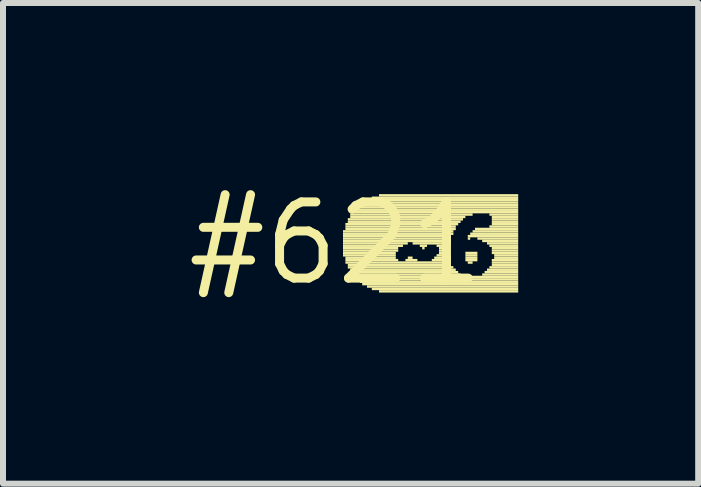
<source format=kicad_pcb>
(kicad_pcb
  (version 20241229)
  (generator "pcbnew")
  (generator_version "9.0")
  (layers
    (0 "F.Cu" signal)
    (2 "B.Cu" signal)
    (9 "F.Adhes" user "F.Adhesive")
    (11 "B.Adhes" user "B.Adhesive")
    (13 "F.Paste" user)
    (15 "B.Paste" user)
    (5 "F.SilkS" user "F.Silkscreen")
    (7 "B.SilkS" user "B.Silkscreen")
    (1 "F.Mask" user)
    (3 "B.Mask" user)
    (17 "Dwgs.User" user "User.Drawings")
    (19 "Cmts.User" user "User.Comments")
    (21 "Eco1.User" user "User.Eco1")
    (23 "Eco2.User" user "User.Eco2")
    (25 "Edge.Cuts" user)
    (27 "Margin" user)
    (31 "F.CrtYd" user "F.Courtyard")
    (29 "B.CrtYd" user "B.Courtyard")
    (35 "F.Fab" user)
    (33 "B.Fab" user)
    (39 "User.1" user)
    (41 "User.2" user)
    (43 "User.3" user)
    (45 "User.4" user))
  (footprint "#621"
    (layer "F.Cu")
    (at 2.547 1.006)
    (property "Reference" "#621" (at 0 0 0) (layer "F.SilkS") (effects (font (size 1.27 1.27) (thickness 0.15))))
    (attr through_hole)
    (fp_poly (pts (xy 0.12 -0.18) (xy 1.96 -0.18) (xy 1.96 -0.22) (xy 0.12 -0.22)) (stroke (width 0) (type solid)) (fill yes) (layer "F.SilkS"))
    (fp_poly (pts (xy 0.12 -0.14) (xy 1.96 -0.14) (xy 1.96 -0.18) (xy 0.12 -0.18)) (stroke (width 0) (type solid)) (fill yes) (layer "F.SilkS"))
    (fp_poly (pts (xy 0.12 -0.1) (xy 1.92 -0.1) (xy 1.92 -0.14) (xy 0.12 -0.14)) (stroke (width 0) (type solid)) (fill yes) (layer "F.SilkS"))
    (fp_poly (pts (xy 0.12 -0.06) (xy 1.92 -0.06) (xy 1.92 -0.1) (xy 0.12 -0.1)) (stroke (width 0) (type solid)) (fill yes) (layer "F.SilkS"))
    (fp_poly (pts (xy 0.12 -0.02) (xy 1.92 -0.02) (xy 1.92 -0.06) (xy 0.12 -0.06)) (stroke (width 0) (type solid)) (fill yes) (layer "F.SilkS"))
    (fp_poly (pts (xy 0.12 0.02) (xy 1.2 0.02) (xy 1.2 -0.02) (xy 0.12 -0.02)) (stroke (width 0) (type solid)) (fill yes) (layer "F.SilkS"))
    (fp_poly (pts (xy 0.12 0.06) (xy 1.12 0.06) (xy 1.12 0.02) (xy 0.12 0.02)) (stroke (width 0) (type solid)) (fill yes) (layer "F.SilkS"))
    (fp_poly (pts (xy 0.12 0.1) (xy 1.04 0.1) (xy 1.04 0.06) (xy 0.12 0.06)) (stroke (width 0) (type solid)) (fill yes) (layer "F.SilkS"))
    (fp_poly (pts (xy 0.12 0.14) (xy 1.04 0.14) (xy 1.04 0.1) (xy 0.12 0.1)) (stroke (width 0) (type solid)) (fill yes) (layer "F.SilkS"))
    (fp_poly (pts (xy 0.12 0.18) (xy 1 0.18) (xy 1 0.14) (xy 0.12 0.14)) (stroke (width 0) (type solid)) (fill yes) (layer "F.SilkS"))
    (fp_poly (pts (xy 0.12 0.22) (xy 1 0.22) (xy 1 0.18) (xy 0.12 0.18)) (stroke (width 0) (type solid)) (fill yes) (layer "F.SilkS"))
    (fp_poly (pts (xy 0.16 -0.3) (xy 2.04 -0.3) (xy 2.04 -0.34) (xy 0.16 -0.34)) (stroke (width 0) (type solid)) (fill yes) (layer "F.SilkS"))
    (fp_poly (pts (xy 0.16 -0.26) (xy 2 -0.26) (xy 2 -0.3) (xy 0.16 -0.3)) (stroke (width 0) (type solid)) (fill yes) (layer "F.SilkS"))
    (fp_poly (pts (xy 0.16 -0.22) (xy 2 -0.22) (xy 2 -0.26) (xy 0.16 -0.26)) (stroke (width 0) (type solid)) (fill yes) (layer "F.SilkS"))
    (fp_poly (pts (xy 0.16 0.26) (xy 1 0.26) (xy 1 0.22) (xy 0.16 0.22)) (stroke (width 0) (type solid)) (fill yes) (layer "F.SilkS"))
    (fp_poly (pts (xy 0.16 0.3) (xy 1.04 0.3) (xy 1.04 0.26) (xy 0.16 0.26)) (stroke (width 0) (type solid)) (fill yes) (layer "F.SilkS"))
    (fp_poly (pts (xy 0.16 0.34) (xy 1.92 0.34) (xy 1.92 0.3) (xy 0.16 0.3)) (stroke (width 0) (type solid)) (fill yes) (layer "F.SilkS"))
    (fp_poly (pts (xy 0.2 -0.38) (xy 2.12 -0.38) (xy 2.12 -0.42) (xy 0.2 -0.42)) (stroke (width 0) (type solid)) (fill yes) (layer "F.SilkS"))
    (fp_poly (pts (xy 0.2 -0.34) (xy 2.08 -0.34) (xy 2.08 -0.38) (xy 0.2 -0.38)) (stroke (width 0) (type solid)) (fill yes) (layer "F.SilkS"))
    (fp_poly (pts (xy 0.2 0.38) (xy 1.92 0.38) (xy 1.92 0.34) (xy 0.2 0.34)) (stroke (width 0) (type solid)) (fill yes) (layer "F.SilkS"))
    (fp_poly (pts (xy 0.2 0.42) (xy 1.96 0.42) (xy 1.96 0.38) (xy 0.2 0.38)) (stroke (width 0) (type solid)) (fill yes) (layer "F.SilkS"))
    (fp_poly (pts (xy 0.24 -0.46) (xy 2.28 -0.46) (xy 2.28 -0.5) (xy 0.24 -0.5)) (stroke (width 0) (type solid)) (fill yes) (layer "F.SilkS"))
    (fp_poly (pts (xy 0.24 -0.42) (xy 2.16 -0.42) (xy 2.16 -0.46) (xy 0.24 -0.46)) (stroke (width 0) (type solid)) (fill yes) (layer "F.SilkS"))
    (fp_poly (pts (xy 0.24 0.46) (xy 2 0.46) (xy 2 0.42) (xy 0.24 0.42)) (stroke (width 0) (type solid)) (fill yes) (layer "F.SilkS"))
    (fp_poly (pts (xy 0.24 0.5) (xy 2.04 0.5) (xy 2.04 0.46) (xy 0.24 0.46)) (stroke (width 0) (type solid)) (fill yes) (layer "F.SilkS"))
    (fp_poly (pts (xy 0.28 -0.5) (xy 3.04 -0.5) (xy 3.04 -0.54) (xy 0.28 -0.54)) (stroke (width 0) (type solid)) (fill yes) (layer "F.SilkS"))
    (fp_poly (pts (xy 0.28 0.54) (xy 2.08 0.54) (xy 2.08 0.5) (xy 0.28 0.5)) (stroke (width 0) (type solid)) (fill yes) (layer "F.SilkS"))
    (fp_poly (pts (xy 0.32 -0.54) (xy 3.04 -0.54) (xy 3.04 -0.58) (xy 0.32 -0.58)) (stroke (width 0) (type solid)) (fill yes) (layer "F.SilkS"))
    (fp_poly (pts (xy 0.32 0.58) (xy 3.04 0.58) (xy 3.04 0.54) (xy 0.32 0.54)) (stroke (width 0) (type solid)) (fill yes) (layer "F.SilkS"))
    (fp_poly (pts (xy 0.36 -0.58) (xy 3.04 -0.58) (xy 3.04 -0.62) (xy 0.36 -0.62)) (stroke (width 0) (type solid)) (fill yes) (layer "F.SilkS"))
    (fp_poly (pts (xy 0.36 0.62) (xy 3.04 0.62) (xy 3.04 0.58) (xy 0.36 0.58)) (stroke (width 0) (type solid)) (fill yes) (layer "F.SilkS"))
    (fp_poly (pts (xy 0.4 -0.62) (xy 3.04 -0.62) (xy 3.04 -0.66) (xy 0.4 -0.66)) (stroke (width 0) (type solid)) (fill yes) (layer "F.SilkS"))
    (fp_poly (pts (xy 0.4 0.66) (xy 3.04 0.66) (xy 3.04 0.62) (xy 0.4 0.62)) (stroke (width 0) (type solid)) (fill yes) (layer "F.SilkS"))
    (fp_poly (pts (xy 0.44 -0.66) (xy 3.04 -0.66) (xy 3.04 -0.7) (xy 0.44 -0.7)) (stroke (width 0) (type solid)) (fill yes) (layer "F.SilkS"))
    (fp_poly (pts (xy 0.44 0.7) (xy 3.04 0.7) (xy 3.04 0.66) (xy 0.44 0.66)) (stroke (width 0) (type solid)) (fill yes) (layer "F.SilkS"))
    (fp_poly (pts (xy 0.52 -0.7) (xy 3.04 -0.7) (xy 3.04 -0.74) (xy 0.52 -0.74)) (stroke (width 0) (type solid)) (fill yes) (layer "F.SilkS"))
    (fp_poly (pts (xy 0.52 0.74) (xy 3.04 0.74) (xy 3.04 0.7) (xy 0.52 0.7)) (stroke (width 0) (type solid)) (fill yes) (layer "F.SilkS"))
    (fp_poly (pts (xy 0.6 -0.74) (xy 3.04 -0.74) (xy 3.04 -0.78) (xy 0.6 -0.78)) (stroke (width 0) (type solid)) (fill yes) (layer "F.SilkS"))
    (fp_poly (pts (xy 0.6 0.78) (xy 3.04 0.78) (xy 3.04 0.74) (xy 0.6 0.74)) (stroke (width 0) (type solid)) (fill yes) (layer "F.SilkS"))
    (fp_poly (pts (xy 0.72 -0.78) (xy 3.04 -0.78) (xy 3.04 -0.82) (xy 0.72 -0.82)) (stroke (width 0) (type solid)) (fill yes) (layer "F.SilkS"))
    (fp_poly (pts (xy 0.72 0.82) (xy 3.04 0.82) (xy 3.04 0.78) (xy 0.72 0.78)) (stroke (width 0) (type solid)) (fill yes) (layer "F.SilkS"))
    (fp_poly (pts (xy 1.16 0.3) (xy 1.36 0.3) (xy 1.36 0.26) (xy 1.16 0.26)) (stroke (width 0) (type solid)) (fill yes) (layer "F.SilkS"))
    (fp_poly (pts (xy 1.2 0.26) (xy 1.28 0.26) (xy 1.28 0.22) (xy 1.2 0.22)) (stroke (width 0) (type solid)) (fill yes) (layer "F.SilkS"))
    (fp_poly (pts (xy 1.28 0.02) (xy 1.92 0.02) (xy 1.92 -0.02) (xy 1.28 -0.02)) (stroke (width 0) (type solid)) (fill yes) (layer "F.SilkS"))
    (fp_poly (pts (xy 1.4 0.06) (xy 1.52 0.06) (xy 1.52 0.02) (xy 1.4 0.02)) (stroke (width 0) (type solid)) (fill yes) (layer "F.SilkS"))
    (fp_poly (pts (xy 1.44 0.1) (xy 1.48 0.1) (xy 1.48 0.06) (xy 1.44 0.06)) (stroke (width 0) (type solid)) (fill yes) (layer "F.SilkS"))
    (fp_poly (pts (xy 1.6 0.3) (xy 1.92 0.3) (xy 1.92 0.26) (xy 1.6 0.26)) (stroke (width 0) (type solid)) (fill yes) (layer "F.SilkS"))
    (fp_poly (pts (xy 1.64 0.26) (xy 1.92 0.26) (xy 1.92 0.22) (xy 1.64 0.22)) (stroke (width 0) (type solid)) (fill yes) (layer "F.SilkS"))
    (fp_poly (pts (xy 1.68 0.06) (xy 1.88 0.06) (xy 1.88 0.02) (xy 1.68 0.02)) (stroke (width 0) (type solid)) (fill yes) (layer "F.SilkS"))
    (fp_poly (pts (xy 1.68 0.22) (xy 1.88 0.22) (xy 1.88 0.18) (xy 1.68 0.18)) (stroke (width 0) (type solid)) (fill yes) (layer "F.SilkS"))
    (fp_poly (pts (xy 1.72 0.1) (xy 1.88 0.1) (xy 1.88 0.06) (xy 1.72 0.06)) (stroke (width 0) (type solid)) (fill yes) (layer "F.SilkS"))
    (fp_poly (pts (xy 1.72 0.14) (xy 1.88 0.14) (xy 1.88 0.1) (xy 1.72 0.1)) (stroke (width 0) (type solid)) (fill yes) (layer "F.SilkS"))
    (fp_poly (pts (xy 1.72 0.18) (xy 1.88 0.18) (xy 1.88 0.14) (xy 1.72 0.14)) (stroke (width 0) (type solid)) (fill yes) (layer "F.SilkS"))
    (fp_poly (pts (xy 2.16 0.18) (xy 2.36 0.18) (xy 2.36 0.14) (xy 2.16 0.14)) (stroke (width 0) (type solid)) (fill yes) (layer "F.SilkS"))
    (fp_poly (pts (xy 2.16 0.22) (xy 2.36 0.22) (xy 2.36 0.18) (xy 2.16 0.18)) (stroke (width 0) (type solid)) (fill yes) (layer "F.SilkS"))
    (fp_poly (pts (xy 2.16 0.26) (xy 2.36 0.26) (xy 2.36 0.22) (xy 2.16 0.22)) (stroke (width 0) (type solid)) (fill yes) (layer "F.SilkS"))
    (fp_poly (pts (xy 2.16 0.3) (xy 2.36 0.3) (xy 2.36 0.26) (xy 2.16 0.26)) (stroke (width 0) (type solid)) (fill yes) (layer "F.SilkS"))
    (fp_poly (pts (xy 2.2 -0.1) (xy 3.04 -0.1) (xy 3.04 -0.14) (xy 2.2 -0.14)) (stroke (width 0) (type solid)) (fill yes) (layer "F.SilkS"))
    (fp_poly (pts (xy 2.2 -0.06) (xy 2.24 -0.06) (xy 2.24 -0.1) (xy 2.2 -0.1)) (stroke (width 0) (type solid)) (fill yes) (layer "F.SilkS"))
    (fp_poly (pts (xy 2.2 0.34) (xy 2.28 0.34) (xy 2.28 0.3) (xy 2.2 0.3)) (stroke (width 0) (type solid)) (fill yes) (layer "F.SilkS"))
    (fp_poly (pts (xy 2.24 -0.14) (xy 3.04 -0.14) (xy 3.04 -0.18) (xy 2.24 -0.18)) (stroke (width 0) (type solid)) (fill yes) (layer "F.SilkS"))
    (fp_poly (pts (xy 2.28 -0.18) (xy 3.04 -0.18) (xy 3.04 -0.22) (xy 2.28 -0.22)) (stroke (width 0) (type solid)) (fill yes) (layer "F.SilkS"))
    (fp_poly (pts (xy 2.32 -0.22) (xy 3.04 -0.22) (xy 3.04 -0.26) (xy 2.32 -0.26)) (stroke (width 0) (type solid)) (fill yes) (layer "F.SilkS"))
    (fp_poly (pts (xy 2.36 -0.06) (xy 3.04 -0.06) (xy 3.04 -0.1) (xy 2.36 -0.1)) (stroke (width 0) (type solid)) (fill yes) (layer "F.SilkS"))
    (fp_poly (pts (xy 2.44 -0.02) (xy 3.04 -0.02) (xy 3.04 -0.06) (xy 2.44 -0.06)) (stroke (width 0) (type solid)) (fill yes) (layer "F.SilkS"))
    (fp_poly (pts (xy 2.44 0.54) (xy 3.04 0.54) (xy 3.04 0.5) (xy 2.44 0.5)) (stroke (width 0) (type solid)) (fill yes) (layer "F.SilkS"))
    (fp_poly (pts (xy 2.48 0.5) (xy 3.04 0.5) (xy 3.04 0.46) (xy 2.48 0.46)) (stroke (width 0) (type solid)) (fill yes) (layer "F.SilkS"))
    (fp_poly (pts (xy 2.52 0.02) (xy 3.04 0.02) (xy 3.04 -0.02) (xy 2.52 -0.02)) (stroke (width 0) (type solid)) (fill yes) (layer "F.SilkS"))
    (fp_poly (pts (xy 2.52 0.46) (xy 3.04 0.46) (xy 3.04 0.42) (xy 2.52 0.42)) (stroke (width 0) (type solid)) (fill yes) (layer "F.SilkS"))
    (fp_poly (pts (xy 2.56 -0.46) (xy 3.04 -0.46) (xy 3.04 -0.5) (xy 2.56 -0.5)) (stroke (width 0) (type solid)) (fill yes) (layer "F.SilkS"))
    (fp_poly (pts (xy 2.56 -0.26) (xy 3.04 -0.26) (xy 3.04 -0.3) (xy 2.56 -0.3)) (stroke (width 0) (type solid)) (fill yes) (layer "F.SilkS"))
    (fp_poly (pts (xy 2.56 0.06) (xy 3.04 0.06) (xy 3.04 0.02) (xy 2.56 0.02)) (stroke (width 0) (type solid)) (fill yes) (layer "F.SilkS"))
    (fp_poly (pts (xy 2.56 0.42) (xy 3.04 0.42) (xy 3.04 0.38) (xy 2.56 0.38)) (stroke (width 0) (type solid)) (fill yes) (layer "F.SilkS"))
    (fp_poly (pts (xy 2.6 -0.42) (xy 3.04 -0.42) (xy 3.04 -0.46) (xy 2.6 -0.46)) (stroke (width 0) (type solid)) (fill yes) (layer "F.SilkS"))
    (fp_poly (pts (xy 2.6 -0.38) (xy 3.04 -0.38) (xy 3.04 -0.42) (xy 2.6 -0.42)) (stroke (width 0) (type solid)) (fill yes) (layer "F.SilkS"))
    (fp_poly (pts (xy 2.6 -0.34) (xy 3.04 -0.34) (xy 3.04 -0.38) (xy 2.6 -0.38)) (stroke (width 0) (type solid)) (fill yes) (layer "F.SilkS"))
    (fp_poly (pts (xy 2.6 -0.3) (xy 3.04 -0.3) (xy 3.04 -0.34) (xy 2.6 -0.34)) (stroke (width 0) (type solid)) (fill yes) (layer "F.SilkS"))
    (fp_poly (pts (xy 2.6 0.1) (xy 3.04 0.1) (xy 3.04 0.06) (xy 2.6 0.06)) (stroke (width 0) (type solid)) (fill yes) (layer "F.SilkS"))
    (fp_poly (pts (xy 2.6 0.14) (xy 3.04 0.14) (xy 3.04 0.1) (xy 2.6 0.1)) (stroke (width 0) (type solid)) (fill yes) (layer "F.SilkS"))
    (fp_poly (pts (xy 2.6 0.18) (xy 3.04 0.18) (xy 3.04 0.14) (xy 2.6 0.14)) (stroke (width 0) (type solid)) (fill yes) (layer "F.SilkS"))
    (fp_poly (pts (xy 2.6 0.3) (xy 3.04 0.3) (xy 3.04 0.26) (xy 2.6 0.26)) (stroke (width 0) (type solid)) (fill yes) (layer "F.SilkS"))
    (fp_poly (pts (xy 2.6 0.34) (xy 3.04 0.34) (xy 3.04 0.3) (xy 2.6 0.3)) (stroke (width 0) (type solid)) (fill yes) (layer "F.SilkS"))
    (fp_poly (pts (xy 2.6 0.38) (xy 3.04 0.38) (xy 3.04 0.34) (xy 2.6 0.34)) (stroke (width 0) (type solid)) (fill yes) (layer "F.SilkS"))
    (fp_poly (pts (xy 2.64 0.22) (xy 3.04 0.22) (xy 3.04 0.18) (xy 2.64 0.18)) (stroke (width 0) (type solid)) (fill yes) (layer "F.SilkS"))
    (fp_poly (pts (xy 2.64 0.26) (xy 3.04 0.26) (xy 3.04 0.22) (xy 2.64 0.22)) (stroke (width 0) (type solid)) (fill yes) (layer "F.SilkS")))
  (gr_rect
    (start -3 -3)
    (end 8.587 5.012)
    (stroke (width 0.1) (type default))
    (fill no)
    (layer "Edge.Cuts")))
</source>
